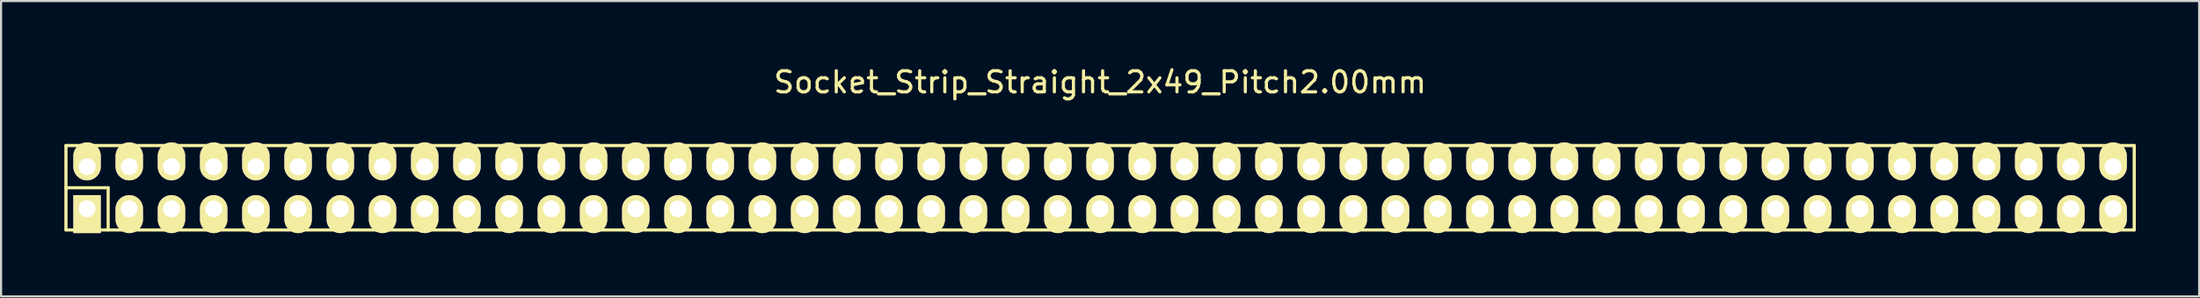
<source format=kicad_pcb>
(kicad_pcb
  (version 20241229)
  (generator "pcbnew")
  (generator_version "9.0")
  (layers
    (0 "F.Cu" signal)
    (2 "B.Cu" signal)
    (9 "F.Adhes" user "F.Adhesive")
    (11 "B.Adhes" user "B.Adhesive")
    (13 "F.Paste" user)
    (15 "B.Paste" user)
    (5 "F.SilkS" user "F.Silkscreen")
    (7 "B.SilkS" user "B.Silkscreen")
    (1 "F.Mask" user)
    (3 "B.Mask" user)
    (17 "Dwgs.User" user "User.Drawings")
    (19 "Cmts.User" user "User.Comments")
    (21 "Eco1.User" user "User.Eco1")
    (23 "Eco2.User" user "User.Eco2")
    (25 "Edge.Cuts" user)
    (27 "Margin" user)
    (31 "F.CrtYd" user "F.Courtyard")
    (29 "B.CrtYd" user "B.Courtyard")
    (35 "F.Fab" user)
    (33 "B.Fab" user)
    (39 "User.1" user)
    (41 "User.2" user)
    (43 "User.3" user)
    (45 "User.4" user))
  (footprint "Socket_Strip_Straight_2x49_Pitch2.00mm"
    (layer "F.Cu")
    (at 49.075 5.848)
    (property "Reference" "Socket_Strip_Straight_2x49_Pitch2.00mm" (at 0 -5 0) (layer "F.SilkS") (effects (font (size 1 1) (thickness 0.15))))
    (attr through_hole)
    (fp_line (start -49 -2) (end 49 -2) (stroke (width 0.15) (type solid)) (layer "F.SilkS"))
    (fp_line (start -49 0) (end -47 0) (stroke (width 0.15) (type solid)) (layer "F.SilkS"))
    (fp_line (start -49 2) (end -49 -2) (stroke (width 0.15) (type solid)) (layer "F.SilkS"))
    (fp_line (start -47 0) (end -47 2) (stroke (width 0.15) (type solid)) (layer "F.SilkS"))
    (fp_line (start 49 -2) (end 49 2) (stroke (width 0.15) (type solid)) (layer "F.SilkS"))
    (fp_line (start 49 2) (end -49 2) (stroke (width 0.15) (type solid)) (layer "F.SilkS"))
    (pad "1" thru_hole rect (at -48 1) (size 1.3 1.8) (drill 0.8 (offset 0 0.25)) (layers "*.Cu" "*.Mask" "F.SilkS"))
    (pad "2" thru_hole oval (at -48 -1) (size 1.3 1.8) (drill 0.8 (offset 0 -0.25)) (layers "*.Cu" "*.Mask" "F.SilkS"))
    (pad "3" thru_hole oval (at -46 1) (size 1.3 1.8) (drill 0.8 (offset 0 0.25)) (layers "*.Cu" "*.Mask" "F.SilkS"))
    (pad "4" thru_hole oval (at -46 -1) (size 1.3 1.8) (drill 0.8 (offset 0 -0.25)) (layers "*.Cu" "*.Mask" "F.SilkS"))
    (pad "5" thru_hole oval (at -44 1) (size 1.3 1.8) (drill 0.8 (offset 0 0.25)) (layers "*.Cu" "*.Mask" "F.SilkS"))
    (pad "6" thru_hole oval (at -44 -1) (size 1.3 1.8) (drill 0.8 (offset 0 -0.25)) (layers "*.Cu" "*.Mask" "F.SilkS"))
    (pad "7" thru_hole oval (at -42 1) (size 1.3 1.8) (drill 0.8 (offset 0 0.25)) (layers "*.Cu" "*.Mask" "F.SilkS"))
    (pad "8" thru_hole oval (at -42 -1) (size 1.3 1.8) (drill 0.8 (offset 0 -0.25)) (layers "*.Cu" "*.Mask" "F.SilkS"))
    (pad "9" thru_hole oval (at -40 1) (size 1.3 1.8) (drill 0.8 (offset 0 0.25)) (layers "*.Cu" "*.Mask" "F.SilkS"))
    (pad "10" thru_hole oval (at -40 -1) (size 1.3 1.8) (drill 0.8 (offset 0 -0.25)) (layers "*.Cu" "*.Mask" "F.SilkS"))
    (pad "11" thru_hole oval (at -38 1) (size 1.3 1.8) (drill 0.8 (offset 0 0.25)) (layers "*.Cu" "*.Mask" "F.SilkS"))
    (pad "12" thru_hole oval (at -38 -1) (size 1.3 1.8) (drill 0.8 (offset 0 -0.25)) (layers "*.Cu" "*.Mask" "F.SilkS"))
    (pad "13" thru_hole oval (at -36 1) (size 1.3 1.8) (drill 0.8 (offset 0 0.25)) (layers "*.Cu" "*.Mask" "F.SilkS"))
    (pad "14" thru_hole oval (at -36 -1) (size 1.3 1.8) (drill 0.8 (offset 0 -0.25)) (layers "*.Cu" "*.Mask" "F.SilkS"))
    (pad "15" thru_hole oval (at -34 1) (size 1.3 1.8) (drill 0.8 (offset 0 0.25)) (layers "*.Cu" "*.Mask" "F.SilkS"))
    (pad "16" thru_hole oval (at -34 -1) (size 1.3 1.8) (drill 0.8 (offset 0 -0.25)) (layers "*.Cu" "*.Mask" "F.SilkS"))
    (pad "17" thru_hole oval (at -32 1) (size 1.3 1.8) (drill 0.8 (offset 0 0.25)) (layers "*.Cu" "*.Mask" "F.SilkS"))
    (pad "18" thru_hole oval (at -32 -1) (size 1.3 1.8) (drill 0.8 (offset 0 -0.25)) (layers "*.Cu" "*.Mask" "F.SilkS"))
    (pad "19" thru_hole oval (at -30 1) (size 1.3 1.8) (drill 0.8 (offset 0 0.25)) (layers "*.Cu" "*.Mask" "F.SilkS"))
    (pad "20" thru_hole oval (at -30 -1) (size 1.3 1.8) (drill 0.8 (offset 0 -0.25)) (layers "*.Cu" "*.Mask" "F.SilkS"))
    (pad "21" thru_hole oval (at -28 1) (size 1.3 1.8) (drill 0.8 (offset 0 0.25)) (layers "*.Cu" "*.Mask" "F.SilkS"))
    (pad "22" thru_hole oval (at -28 -1) (size 1.3 1.8) (drill 0.8 (offset 0 -0.25)) (layers "*.Cu" "*.Mask" "F.SilkS"))
    (pad "23" thru_hole oval (at -26 1) (size 1.3 1.8) (drill 0.8 (offset 0 0.25)) (layers "*.Cu" "*.Mask" "F.SilkS"))
    (pad "24" thru_hole oval (at -26 -1) (size 1.3 1.8) (drill 0.8 (offset 0 -0.25)) (layers "*.Cu" "*.Mask" "F.SilkS"))
    (pad "25" thru_hole oval (at -24 1) (size 1.3 1.8) (drill 0.8 (offset 0 0.25)) (layers "*.Cu" "*.Mask" "F.SilkS"))
    (pad "26" thru_hole oval (at -24 -1) (size 1.3 1.8) (drill 0.8 (offset 0 -0.25)) (layers "*.Cu" "*.Mask" "F.SilkS"))
    (pad "27" thru_hole oval (at -22 1) (size 1.3 1.8) (drill 0.8 (offset 0 0.25)) (layers "*.Cu" "*.Mask" "F.SilkS"))
    (pad "28" thru_hole oval (at -22 -1) (size 1.3 1.8) (drill 0.8 (offset 0 -0.25)) (layers "*.Cu" "*.Mask" "F.SilkS"))
    (pad "29" thru_hole oval (at -20 1) (size 1.3 1.8) (drill 0.8 (offset 0 0.25)) (layers "*.Cu" "*.Mask" "F.SilkS"))
    (pad "30" thru_hole oval (at -20 -1) (size 1.3 1.8) (drill 0.8 (offset 0 -0.25)) (layers "*.Cu" "*.Mask" "F.SilkS"))
    (pad "31" thru_hole oval (at -18 1) (size 1.3 1.8) (drill 0.8 (offset 0 0.25)) (layers "*.Cu" "*.Mask" "F.SilkS"))
    (pad "32" thru_hole oval (at -18 -1) (size 1.3 1.8) (drill 0.8 (offset 0 -0.25)) (layers "*.Cu" "*.Mask" "F.SilkS"))
    (pad "33" thru_hole oval (at -16 1) (size 1.3 1.8) (drill 0.8 (offset 0 0.25)) (layers "*.Cu" "*.Mask" "F.SilkS"))
    (pad "34" thru_hole oval (at -16 -1) (size 1.3 1.8) (drill 0.8 (offset 0 -0.25)) (layers "*.Cu" "*.Mask" "F.SilkS"))
    (pad "35" thru_hole oval (at -14 1) (size 1.3 1.8) (drill 0.8 (offset 0 0.25)) (layers "*.Cu" "*.Mask" "F.SilkS"))
    (pad "36" thru_hole oval (at -14 -1) (size 1.3 1.8) (drill 0.8 (offset 0 -0.25)) (layers "*.Cu" "*.Mask" "F.SilkS"))
    (pad "37" thru_hole oval (at -12 1) (size 1.3 1.8) (drill 0.8 (offset 0 0.25)) (layers "*.Cu" "*.Mask" "F.SilkS"))
    (pad "38" thru_hole oval (at -12 -1) (size 1.3 1.8) (drill 0.8 (offset 0 -0.25)) (layers "*.Cu" "*.Mask" "F.SilkS"))
    (pad "39" thru_hole oval (at -10 1) (size 1.3 1.8) (drill 0.8 (offset 0 0.25)) (layers "*.Cu" "*.Mask" "F.SilkS"))
    (pad "40" thru_hole oval (at -10 -1) (size 1.3 1.8) (drill 0.8 (offset 0 -0.25)) (layers "*.Cu" "*.Mask" "F.SilkS"))
    (pad "41" thru_hole oval (at -8 1) (size 1.3 1.8) (drill 0.8 (offset 0 0.25)) (layers "*.Cu" "*.Mask" "F.SilkS"))
    (pad "42" thru_hole oval (at -8 -1) (size 1.3 1.8) (drill 0.8 (offset 0 -0.25)) (layers "*.Cu" "*.Mask" "F.SilkS"))
    (pad "43" thru_hole oval (at -6 1) (size 1.3 1.8) (drill 0.8 (offset 0 0.25)) (layers "*.Cu" "*.Mask" "F.SilkS"))
    (pad "44" thru_hole oval (at -6 -1) (size 1.3 1.8) (drill 0.8 (offset 0 -0.25)) (layers "*.Cu" "*.Mask" "F.SilkS"))
    (pad "45" thru_hole oval (at -4 1) (size 1.3 1.8) (drill 0.8 (offset 0 0.25)) (layers "*.Cu" "*.Mask" "F.SilkS"))
    (pad "46" thru_hole oval (at -4 -1) (size 1.3 1.8) (drill 0.8 (offset 0 -0.25)) (layers "*.Cu" "*.Mask" "F.SilkS"))
    (pad "47" thru_hole oval (at -2 1) (size 1.3 1.8) (drill 0.8 (offset 0 0.25)) (layers "*.Cu" "*.Mask" "F.SilkS"))
    (pad "48" thru_hole oval (at -2 -1) (size 1.3 1.8) (drill 0.8 (offset 0 -0.25)) (layers "*.Cu" "*.Mask" "F.SilkS"))
    (pad "49" thru_hole oval (at 0 1) (size 1.3 1.8) (drill 0.8 (offset 0 0.25)) (layers "*.Cu" "*.Mask" "F.SilkS"))
    (pad "50" thru_hole oval (at 0 -1) (size 1.3 1.8) (drill 0.8 (offset 0 -0.25)) (layers "*.Cu" "*.Mask" "F.SilkS"))
    (pad "51" thru_hole oval (at 2 1) (size 1.3 1.8) (drill 0.8 (offset 0 0.25)) (layers "*.Cu" "*.Mask" "F.SilkS"))
    (pad "52" thru_hole oval (at 2 -1) (size 1.3 1.8) (drill 0.8 (offset 0 -0.25)) (layers "*.Cu" "*.Mask" "F.SilkS"))
    (pad "53" thru_hole oval (at 4 1) (size 1.3 1.8) (drill 0.8 (offset 0 0.25)) (layers "*.Cu" "*.Mask" "F.SilkS"))
    (pad "54" thru_hole oval (at 4 -1) (size 1.3 1.8) (drill 0.8 (offset 0 -0.25)) (layers "*.Cu" "*.Mask" "F.SilkS"))
    (pad "55" thru_hole oval (at 6 1) (size 1.3 1.8) (drill 0.8 (offset 0 0.25)) (layers "*.Cu" "*.Mask" "F.SilkS"))
    (pad "56" thru_hole oval (at 6 -1) (size 1.3 1.8) (drill 0.8 (offset 0 -0.25)) (layers "*.Cu" "*.Mask" "F.SilkS"))
    (pad "57" thru_hole oval (at 8 1) (size 1.3 1.8) (drill 0.8 (offset 0 0.25)) (layers "*.Cu" "*.Mask" "F.SilkS"))
    (pad "58" thru_hole oval (at 8 -1) (size 1.3 1.8) (drill 0.8 (offset 0 -0.25)) (layers "*.Cu" "*.Mask" "F.SilkS"))
    (pad "59" thru_hole oval (at 10 1) (size 1.3 1.8) (drill 0.8 (offset 0 0.25)) (layers "*.Cu" "*.Mask" "F.SilkS"))
    (pad "60" thru_hole oval (at 10 -1) (size 1.3 1.8) (drill 0.8 (offset 0 -0.25)) (layers "*.Cu" "*.Mask" "F.SilkS"))
    (pad "61" thru_hole oval (at 12 1) (size 1.3 1.8) (drill 0.8 (offset 0 0.25)) (layers "*.Cu" "*.Mask" "F.SilkS"))
    (pad "62" thru_hole oval (at 12 -1) (size 1.3 1.8) (drill 0.8 (offset 0 -0.25)) (layers "*.Cu" "*.Mask" "F.SilkS"))
    (pad "63" thru_hole oval (at 14 1) (size 1.3 1.8) (drill 0.8 (offset 0 0.25)) (layers "*.Cu" "*.Mask" "F.SilkS"))
    (pad "64" thru_hole oval (at 14 -1) (size 1.3 1.8) (drill 0.8 (offset 0 -0.25)) (layers "*.Cu" "*.Mask" "F.SilkS"))
    (pad "65" thru_hole oval (at 16 1) (size 1.3 1.8) (drill 0.8 (offset 0 0.25)) (layers "*.Cu" "*.Mask" "F.SilkS"))
    (pad "66" thru_hole oval (at 16 -1) (size 1.3 1.8) (drill 0.8 (offset 0 -0.25)) (layers "*.Cu" "*.Mask" "F.SilkS"))
    (pad "67" thru_hole oval (at 18 1) (size 1.3 1.8) (drill 0.8 (offset 0 0.25)) (layers "*.Cu" "*.Mask" "F.SilkS"))
    (pad "68" thru_hole oval (at 18 -1) (size 1.3 1.8) (drill 0.8 (offset 0 -0.25)) (layers "*.Cu" "*.Mask" "F.SilkS"))
    (pad "69" thru_hole oval (at 20 1) (size 1.3 1.8) (drill 0.8 (offset 0 0.25)) (layers "*.Cu" "*.Mask" "F.SilkS"))
    (pad "70" thru_hole oval (at 20 -1) (size 1.3 1.8) (drill 0.8 (offset 0 -0.25)) (layers "*.Cu" "*.Mask" "F.SilkS"))
    (pad "71" thru_hole oval (at 22 1) (size 1.3 1.8) (drill 0.8 (offset 0 0.25)) (layers "*.Cu" "*.Mask" "F.SilkS"))
    (pad "72" thru_hole oval (at 22 -1) (size 1.3 1.8) (drill 0.8 (offset 0 -0.25)) (layers "*.Cu" "*.Mask" "F.SilkS"))
    (pad "73" thru_hole oval (at 24 1) (size 1.3 1.8) (drill 0.8 (offset 0 0.25)) (layers "*.Cu" "*.Mask" "F.SilkS"))
    (pad "74" thru_hole oval (at 24 -1) (size 1.3 1.8) (drill 0.8 (offset 0 -0.25)) (layers "*.Cu" "*.Mask" "F.SilkS"))
    (pad "75" thru_hole oval (at 26 1) (size 1.3 1.8) (drill 0.8 (offset 0 0.25)) (layers "*.Cu" "*.Mask" "F.SilkS"))
    (pad "76" thru_hole oval (at 26 -1) (size 1.3 1.8) (drill 0.8 (offset 0 -0.25)) (layers "*.Cu" "*.Mask" "F.SilkS"))
    (pad "77" thru_hole oval (at 28 1) (size 1.3 1.8) (drill 0.8 (offset 0 0.25)) (layers "*.Cu" "*.Mask" "F.SilkS"))
    (pad "78" thru_hole oval (at 28 -1) (size 1.3 1.8) (drill 0.8 (offset 0 -0.25)) (layers "*.Cu" "*.Mask" "F.SilkS"))
    (pad "79" thru_hole oval (at 30 1) (size 1.3 1.8) (drill 0.8 (offset 0 0.25)) (layers "*.Cu" "*.Mask" "F.SilkS"))
    (pad "80" thru_hole oval (at 30 -1) (size 1.3 1.8) (drill 0.8 (offset 0 -0.25)) (layers "*.Cu" "*.Mask" "F.SilkS"))
    (pad "81" thru_hole oval (at 32 1) (size 1.3 1.8) (drill 0.8 (offset 0 0.25)) (layers "*.Cu" "*.Mask" "F.SilkS"))
    (pad "82" thru_hole oval (at 32 -1) (size 1.3 1.8) (drill 0.8 (offset 0 -0.25)) (layers "*.Cu" "*.Mask" "F.SilkS"))
    (pad "83" thru_hole oval (at 34 1) (size 1.3 1.8) (drill 0.8 (offset 0 0.25)) (layers "*.Cu" "*.Mask" "F.SilkS"))
    (pad "84" thru_hole oval (at 34 -1) (size 1.3 1.8) (drill 0.8 (offset 0 -0.25)) (layers "*.Cu" "*.Mask" "F.SilkS"))
    (pad "85" thru_hole oval (at 36 1) (size 1.3 1.8) (drill 0.8 (offset 0 0.25)) (layers "*.Cu" "*.Mask" "F.SilkS"))
    (pad "86" thru_hole oval (at 36 -1) (size 1.3 1.8) (drill 0.8 (offset 0 -0.25)) (layers "*.Cu" "*.Mask" "F.SilkS"))
    (pad "87" thru_hole oval (at 38 1) (size 1.3 1.8) (drill 0.8 (offset 0 0.25)) (layers "*.Cu" "*.Mask" "F.SilkS"))
    (pad "88" thru_hole oval (at 38 -1) (size 1.3 1.8) (drill 0.8 (offset 0 -0.25)) (layers "*.Cu" "*.Mask" "F.SilkS"))
    (pad "89" thru_hole oval (at 40 1) (size 1.3 1.8) (drill 0.8 (offset 0 0.25)) (layers "*.Cu" "*.Mask" "F.SilkS"))
    (pad "90" thru_hole oval (at 40 -1) (size 1.3 1.8) (drill 0.8 (offset 0 -0.25)) (layers "*.Cu" "*.Mask" "F.SilkS"))
    (pad "91" thru_hole oval (at 42 1) (size 1.3 1.8) (drill 0.8 (offset 0 0.25)) (layers "*.Cu" "*.Mask" "F.SilkS"))
    (pad "92" thru_hole oval (at 42 -1) (size 1.3 1.8) (drill 0.8 (offset 0 -0.25)) (layers "*.Cu" "*.Mask" "F.SilkS"))
    (pad "93" thru_hole oval (at 44 1) (size 1.3 1.8) (drill 0.8 (offset 0 0.25)) (layers "*.Cu" "*.Mask" "F.SilkS"))
    (pad "94" thru_hole oval (at 44 -1) (size 1.3 1.8) (drill 0.8 (offset 0 -0.25)) (layers "*.Cu" "*.Mask" "F.SilkS"))
    (pad "95" thru_hole oval (at 46 1) (size 1.3 1.8) (drill 0.8 (offset 0 0.25)) (layers "*.Cu" "*.Mask" "F.SilkS"))
    (pad "96" thru_hole oval (at 46 -1) (size 1.3 1.8) (drill 0.8 (offset 0 -0.25)) (layers "*.Cu" "*.Mask" "F.SilkS"))
    (pad "97" thru_hole oval (at 48 1) (size 1.3 1.8) (drill 0.8 (offset 0 0.25)) (layers "*.Cu" "*.Mask" "F.SilkS"))
    (pad "98" thru_hole oval (at 48 -1) (size 1.3 1.8) (drill 0.8 (offset 0 -0.25)) (layers "*.Cu" "*.Mask" "F.SilkS")))
  (gr_rect
    (start -3 -3)
    (end 101.15 10.998)
    (stroke (width 0.1) (type default))
    (fill no)
    (layer "Edge.Cuts")))
</source>
